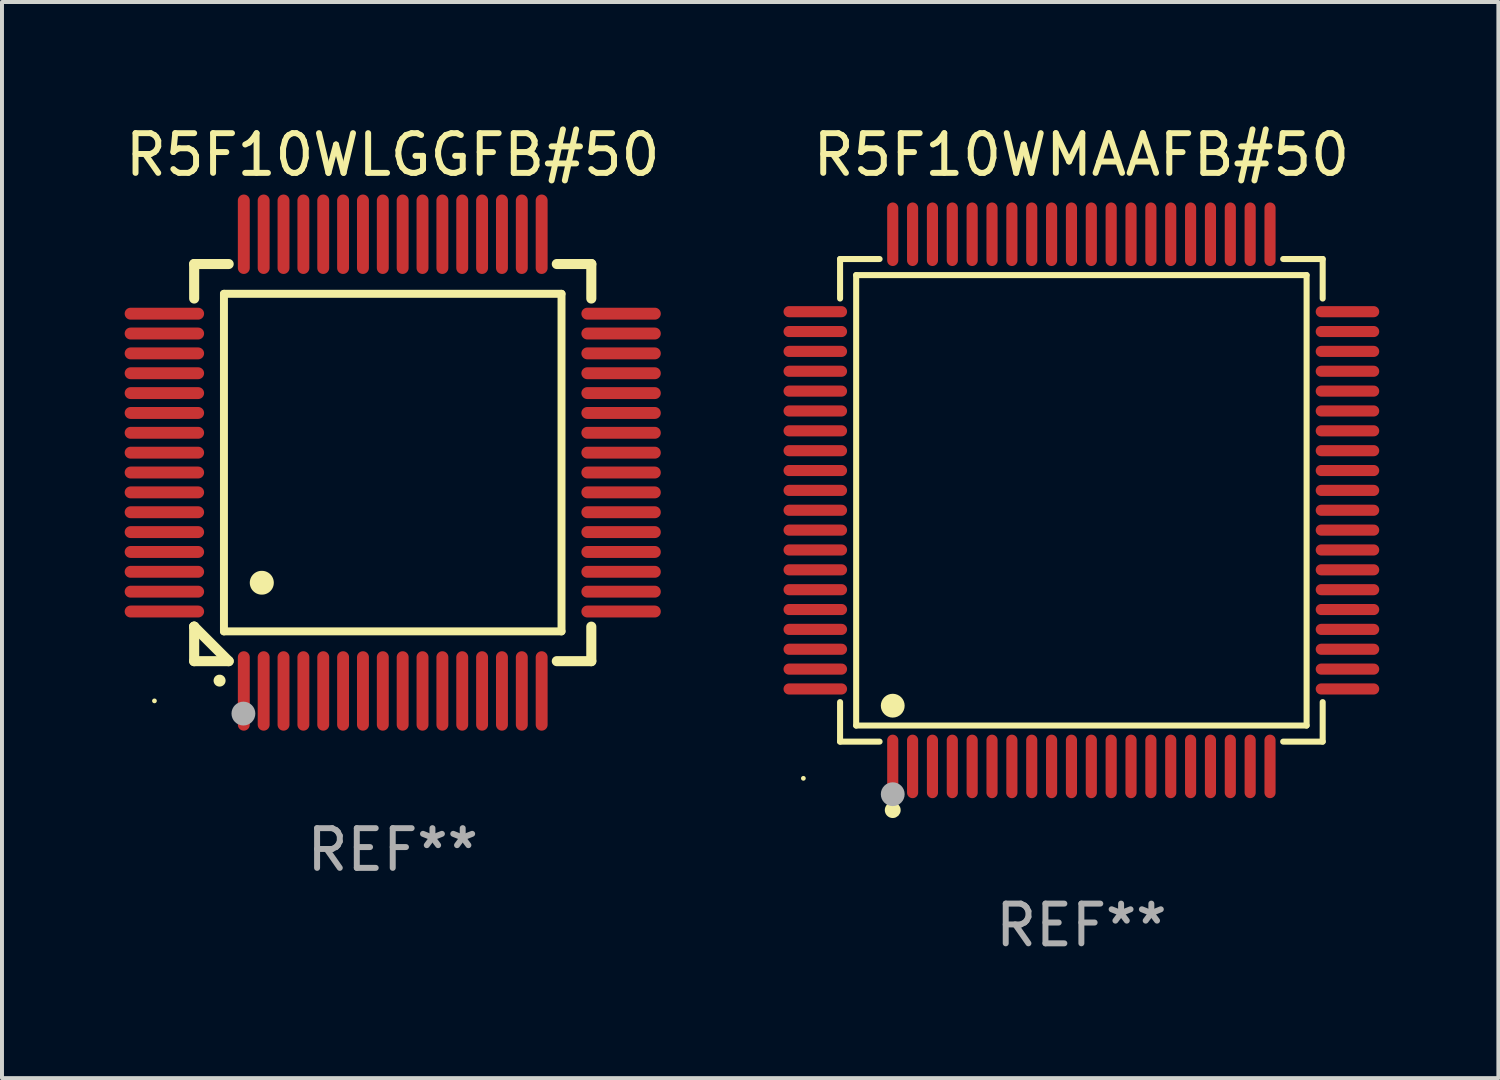
<source format=kicad_pcb>
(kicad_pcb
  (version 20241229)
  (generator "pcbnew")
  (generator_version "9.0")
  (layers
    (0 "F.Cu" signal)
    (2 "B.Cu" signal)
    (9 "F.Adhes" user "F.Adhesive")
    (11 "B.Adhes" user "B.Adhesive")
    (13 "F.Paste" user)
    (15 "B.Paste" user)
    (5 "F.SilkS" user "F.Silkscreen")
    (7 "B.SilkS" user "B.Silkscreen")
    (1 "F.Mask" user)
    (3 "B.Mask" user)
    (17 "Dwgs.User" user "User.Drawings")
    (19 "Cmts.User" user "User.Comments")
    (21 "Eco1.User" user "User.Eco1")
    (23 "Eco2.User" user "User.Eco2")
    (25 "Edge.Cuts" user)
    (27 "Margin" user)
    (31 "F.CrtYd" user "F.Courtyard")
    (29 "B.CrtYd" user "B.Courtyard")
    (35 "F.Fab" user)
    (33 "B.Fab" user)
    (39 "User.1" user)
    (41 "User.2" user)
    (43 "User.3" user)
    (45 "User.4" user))
  (footprint "R5F10WLGGFB#50"
    (layer "F.Cu")
    (at 6.839 8.598)
    (property "Reference" "R5F10WLGGFB#50" (at 0 -7.75 0) (layer "F.SilkS") (effects (font (size 1 1) (thickness 0.15))))
    (attr through_hole)
    (fp_line (start -5 -5) (end -4.131 -5) (stroke (width 0.254) (type solid)) (layer "F.SilkS"))
    (fp_line (start -5 -4.131) (end -5 -5) (stroke (width 0.254) (type solid)) (layer "F.SilkS"))
    (fp_line (start -5 4.131) (end -5 4.131) (stroke (width 0.254) (type solid)) (layer "F.SilkS"))
    (fp_line (start -5 5) (end -5 4.131) (stroke (width 0.254) (type solid)) (layer "F.SilkS"))
    (fp_line (start -5 4.131) (end -4.131 5) (stroke (width 0.254) (type solid)) (layer "F.SilkS"))
    (fp_line (start -4.25 -4.25) (end -4.25 4.25) (stroke (width 0.2) (type solid)) (layer "F.SilkS"))
    (fp_line (start -4.25 4.25) (end 4.25 4.25) (stroke (width 0.2) (type solid)) (layer "F.SilkS"))
    (fp_line (start -4.131 5) (end -5 5) (stroke (width 0.254) (type solid)) (layer "F.SilkS"))
    (fp_line (start 4.25 -4.25) (end -4.25 -4.25) (stroke (width 0.2) (type solid)) (layer "F.SilkS"))
    (fp_line (start 4.25 4.25) (end 4.25 -4.25) (stroke (width 0.2) (type solid)) (layer "F.SilkS"))
    (fp_line (start 5 -5) (end 4.131 -5) (stroke (width 0.254) (type solid)) (layer "F.SilkS"))
    (fp_line (start 5 -5) (end 5 -4.131) (stroke (width 0.254) (type solid)) (layer "F.SilkS"))
    (fp_line (start 5 4.131) (end 5 5) (stroke (width 0.254) (type solid)) (layer "F.SilkS"))
    (fp_line (start 5 5) (end 4.131 5) (stroke (width 0.254) (type solid)) (layer "F.SilkS"))
    (fp_arc (start -4.361265 5.489992) (mid -4.359995 5.489987) (end -4.358725 5.489992) (stroke (width 0.3) (type solid)) (layer "F.SilkS"))
    (fp_arc (start -3.299467 3.025146) (mid -3.296927 3.025135) (end -3.294387 3.025146) (stroke (width 0.6) (type solid)) (layer "F.SilkS"))
    (fp_circle (center -6 6) (end -5.97 6) (stroke (width 0.06) (type solid)) (fill no) (layer "F.SilkS"))
    (fp_circle (center -3.76 6.32) (end -3.61 6.32) (stroke (width 0.3) (type solid)) (fill no) (layer "F.Fab"))
    (fp_text user "REF**" (at 0 9.75 0) (layer "F.Fab") (effects (font (size 1 1) (thickness 0.15))))
    (pad "1" smd oval (at -3.75 5.75) (size 0.3 2) (layers "F.Cu" "F.Mask" "F.Paste"))
    (pad "2" smd oval (at -3.25 5.75) (size 0.3 2) (layers "F.Cu" "F.Mask" "F.Paste"))
    (pad "3" smd oval (at -2.75 5.75) (size 0.3 2) (layers "F.Cu" "F.Mask" "F.Paste"))
    (pad "4" smd oval (at -2.25 5.75) (size 0.3 2) (layers "F.Cu" "F.Mask" "F.Paste"))
    (pad "5" smd oval (at -1.75 5.75) (size 0.3 2) (layers "F.Cu" "F.Mask" "F.Paste"))
    (pad "6" smd oval (at -1.25 5.75) (size 0.3 2) (layers "F.Cu" "F.Mask" "F.Paste"))
    (pad "7" smd oval (at -0.75 5.75) (size 0.3 2) (layers "F.Cu" "F.Mask" "F.Paste"))
    (pad "8" smd oval (at -0.25 5.75) (size 0.3 2) (layers "F.Cu" "F.Mask" "F.Paste"))
    (pad "9" smd oval (at 0.25 5.75) (size 0.3 2) (layers "F.Cu" "F.Mask" "F.Paste"))
    (pad "10" smd oval (at 0.75 5.75) (size 0.3 2) (layers "F.Cu" "F.Mask" "F.Paste"))
    (pad "11" smd oval (at 1.25 5.75) (size 0.3 2) (layers "F.Cu" "F.Mask" "F.Paste"))
    (pad "12" smd oval (at 1.75 5.75) (size 0.3 2) (layers "F.Cu" "F.Mask" "F.Paste"))
    (pad "13" smd oval (at 2.25 5.75) (size 0.3 2) (layers "F.Cu" "F.Mask" "F.Paste"))
    (pad "14" smd oval (at 2.75 5.75) (size 0.3 2) (layers "F.Cu" "F.Mask" "F.Paste"))
    (pad "15" smd oval (at 3.25 5.75) (size 0.3 2) (layers "F.Cu" "F.Mask" "F.Paste"))
    (pad "16" smd oval (at 3.75 5.75) (size 0.3 2) (layers "F.Cu" "F.Mask" "F.Paste"))
    (pad "17" smd oval (at 5.75 3.75) (size 2 0.3) (layers "F.Cu" "F.Mask" "F.Paste"))
    (pad "18" smd oval (at 5.75 3.25) (size 2 0.3) (layers "F.Cu" "F.Mask" "F.Paste"))
    (pad "19" smd oval (at 5.75 2.75) (size 2 0.3) (layers "F.Cu" "F.Mask" "F.Paste"))
    (pad "20" smd oval (at 5.75 2.25) (size 2 0.3) (layers "F.Cu" "F.Mask" "F.Paste"))
    (pad "21" smd oval (at 5.75 1.75) (size 2 0.3) (layers "F.Cu" "F.Mask" "F.Paste"))
    (pad "22" smd oval (at 5.75 1.25) (size 2 0.3) (layers "F.Cu" "F.Mask" "F.Paste"))
    (pad "23" smd oval (at 5.75 0.75) (size 2 0.3) (layers "F.Cu" "F.Mask" "F.Paste"))
    (pad "24" smd oval (at 5.75 0.25) (size 2 0.3) (layers "F.Cu" "F.Mask" "F.Paste"))
    (pad "25" smd oval (at 5.75 -0.25) (size 2 0.3) (layers "F.Cu" "F.Mask" "F.Paste"))
    (pad "26" smd oval (at 5.75 -0.75) (size 2 0.3) (layers "F.Cu" "F.Mask" "F.Paste"))
    (pad "27" smd oval (at 5.75 -1.25) (size 2 0.3) (layers "F.Cu" "F.Mask" "F.Paste"))
    (pad "28" smd oval (at 5.75 -1.75) (size 2 0.3) (layers "F.Cu" "F.Mask" "F.Paste"))
    (pad "29" smd oval (at 5.75 -2.25) (size 2 0.3) (layers "F.Cu" "F.Mask" "F.Paste"))
    (pad "30" smd oval (at 5.75 -2.75) (size 2 0.3) (layers "F.Cu" "F.Mask" "F.Paste"))
    (pad "31" smd oval (at 5.75 -3.25) (size 2 0.3) (layers "F.Cu" "F.Mask" "F.Paste"))
    (pad "32" smd oval (at 5.75 -3.75) (size 2 0.3) (layers "F.Cu" "F.Mask" "F.Paste"))
    (pad "33" smd oval (at 3.75 -5.75) (size 0.3 2) (layers "F.Cu" "F.Mask" "F.Paste"))
    (pad "34" smd oval (at 3.25 -5.75) (size 0.3 2) (layers "F.Cu" "F.Mask" "F.Paste"))
    (pad "35" smd oval (at 2.75 -5.75) (size 0.3 2) (layers "F.Cu" "F.Mask" "F.Paste"))
    (pad "36" smd oval (at 2.25 -5.75) (size 0.3 2) (layers "F.Cu" "F.Mask" "F.Paste"))
    (pad "37" smd oval (at 1.75 -5.75) (size 0.3 2) (layers "F.Cu" "F.Mask" "F.Paste"))
    (pad "38" smd oval (at 1.25 -5.75) (size 0.3 2) (layers "F.Cu" "F.Mask" "F.Paste"))
    (pad "39" smd oval (at 0.75 -5.75) (size 0.3 2) (layers "F.Cu" "F.Mask" "F.Paste"))
    (pad "40" smd oval (at 0.25 -5.75) (size 0.3 2) (layers "F.Cu" "F.Mask" "F.Paste"))
    (pad "41" smd oval (at -0.25 -5.75) (size 0.3 2) (layers "F.Cu" "F.Mask" "F.Paste"))
    (pad "42" smd oval (at -0.75 -5.75) (size 0.3 2) (layers "F.Cu" "F.Mask" "F.Paste"))
    (pad "43" smd oval (at -1.25 -5.75) (size 0.3 2) (layers "F.Cu" "F.Mask" "F.Paste"))
    (pad "44" smd oval (at -1.75 -5.75) (size 0.3 2) (layers "F.Cu" "F.Mask" "F.Paste"))
    (pad "45" smd oval (at -2.25 -5.75) (size 0.3 2) (layers "F.Cu" "F.Mask" "F.Paste"))
    (pad "46" smd oval (at -2.75 -5.75) (size 0.3 2) (layers "F.Cu" "F.Mask" "F.Paste"))
    (pad "47" smd oval (at -3.25 -5.75) (size 0.3 2) (layers "F.Cu" "F.Mask" "F.Paste"))
    (pad "48" smd oval (at -3.75 -5.75) (size 0.3 2) (layers "F.Cu" "F.Mask" "F.Paste"))
    (pad "49" smd oval (at -5.75 -3.75) (size 2 0.3) (layers "F.Cu" "F.Mask" "F.Paste"))
    (pad "50" smd oval (at -5.75 -3.25) (size 2 0.3) (layers "F.Cu" "F.Mask" "F.Paste"))
    (pad "51" smd oval (at -5.75 -2.75) (size 2 0.3) (layers "F.Cu" "F.Mask" "F.Paste"))
    (pad "52" smd oval (at -5.75 -2.25) (size 2 0.3) (layers "F.Cu" "F.Mask" "F.Paste"))
    (pad "53" smd oval (at -5.75 -1.75) (size 2 0.3) (layers "F.Cu" "F.Mask" "F.Paste"))
    (pad "54" smd oval (at -5.75 -1.25) (size 2 0.3) (layers "F.Cu" "F.Mask" "F.Paste"))
    (pad "55" smd oval (at -5.75 -0.75) (size 2 0.3) (layers "F.Cu" "F.Mask" "F.Paste"))
    (pad "56" smd oval (at -5.75 -0.25) (size 2 0.3) (layers "F.Cu" "F.Mask" "F.Paste"))
    (pad "57" smd oval (at -5.75 0.25) (size 2 0.3) (layers "F.Cu" "F.Mask" "F.Paste"))
    (pad "58" smd oval (at -5.75 0.75) (size 2 0.3) (layers "F.Cu" "F.Mask" "F.Paste"))
    (pad "59" smd oval (at -5.75 1.25) (size 2 0.3) (layers "F.Cu" "F.Mask" "F.Paste"))
    (pad "60" smd oval (at -5.75 1.75) (size 2 0.3) (layers "F.Cu" "F.Mask" "F.Paste"))
    (pad "61" smd oval (at -5.75 2.25) (size 2 0.3) (layers "F.Cu" "F.Mask" "F.Paste"))
    (pad "62" smd oval (at -5.75 2.75) (size 2 0.3) (layers "F.Cu" "F.Mask" "F.Paste"))
    (pad "63" smd oval (at -5.75 3.25) (size 2 0.3) (layers "F.Cu" "F.Mask" "F.Paste"))
    (pad "64" smd oval (at -5.75 3.75) (size 2 0.3) (layers "F.Cu" "F.Mask" "F.Paste")))
  (footprint "R5F10WMAAFB#50"
    (layer "F.Cu")
    (at 24.179 9.548)
    (property "Reference" "R5F10WMAAFB#50" (at 0 -8.7 0) (layer "F.SilkS") (effects (font (size 1 1) (thickness 0.15))))
    (attr through_hole)
    (fp_line (start -6.076 -6.076) (end -5.081 -6.076) (stroke (width 0.152) (type solid)) (layer "F.SilkS"))
    (fp_line (start -6.076 -5.081) (end -6.076 -6.076) (stroke (width 0.152) (type solid)) (layer "F.SilkS"))
    (fp_line (start -6.076 5.081) (end -6.076 6.076) (stroke (width 0.152) (type solid)) (layer "F.SilkS"))
    (fp_line (start -6.076 6.076) (end -5.081 6.076) (stroke (width 0.152) (type solid)) (layer "F.SilkS"))
    (fp_line (start -5.671 -5.671) (end 5.671 -5.671) (stroke (width 0.152) (type solid)) (layer "F.SilkS"))
    (fp_line (start -5.671 5.671) (end -5.671 -5.671) (stroke (width 0.152) (type solid)) (layer "F.SilkS"))
    (fp_line (start 5.671 -5.671) (end 5.671 5.671) (stroke (width 0.152) (type solid)) (layer "F.SilkS"))
    (fp_line (start 5.671 5.671) (end -5.671 5.671) (stroke (width 0.152) (type solid)) (layer "F.SilkS"))
    (fp_line (start 6.076 -6.076) (end 5.081 -6.076) (stroke (width 0.152) (type solid)) (layer "F.SilkS"))
    (fp_line (start 6.076 -5.081) (end 6.076 -6.076) (stroke (width 0.152) (type solid)) (layer "F.SilkS"))
    (fp_line (start 6.076 5.081) (end 6.076 6.076) (stroke (width 0.152) (type solid)) (layer "F.SilkS"))
    (fp_line (start 6.076 6.076) (end 5.081 6.076) (stroke (width 0.152) (type solid)) (layer "F.SilkS"))
    (fp_circle (center -7 7) (end -6.97 7) (stroke (width 0.06) (type solid)) (fill no) (layer "F.SilkS"))
    (fp_circle (center -4.75 5.171) (end -4.6 5.171) (stroke (width 0.3) (type solid)) (fill no) (layer "F.SilkS"))
    (fp_circle (center -4.75 7.8) (end -4.65 7.8) (stroke (width 0.2) (type solid)) (fill no) (layer "F.SilkS"))
    (fp_circle (center -4.75 7.4) (end -4.6 7.4) (stroke (width 0.3) (type solid)) (fill no) (layer "F.Fab"))
    (fp_text user "REF**" (at 0 10.7 0) (layer "F.Fab") (effects (font (size 1 1) (thickness 0.15))))
    (pad "1" smd oval (at -4.75 6.7) (size 0.28 1.6) (layers "F.Cu" "F.Mask" "F.Paste"))
    (pad "2" smd oval (at -4.25 6.7) (size 0.28 1.6) (layers "F.Cu" "F.Mask" "F.Paste"))
    (pad "3" smd oval (at -3.75 6.7) (size 0.28 1.6) (layers "F.Cu" "F.Mask" "F.Paste"))
    (pad "4" smd oval (at -3.25 6.7) (size 0.28 1.6) (layers "F.Cu" "F.Mask" "F.Paste"))
    (pad "5" smd oval (at -2.75 6.7) (size 0.28 1.6) (layers "F.Cu" "F.Mask" "F.Paste"))
    (pad "6" smd oval (at -2.25 6.7) (size 0.28 1.6) (layers "F.Cu" "F.Mask" "F.Paste"))
    (pad "7" smd oval (at -1.75 6.7) (size 0.28 1.6) (layers "F.Cu" "F.Mask" "F.Paste"))
    (pad "8" smd oval (at -1.25 6.7) (size 0.28 1.6) (layers "F.Cu" "F.Mask" "F.Paste"))
    (pad "9" smd oval (at -0.75 6.7) (size 0.28 1.6) (layers "F.Cu" "F.Mask" "F.Paste"))
    (pad "10" smd oval (at -0.25 6.7) (size 0.28 1.6) (layers "F.Cu" "F.Mask" "F.Paste"))
    (pad "11" smd oval (at 0.25 6.7) (size 0.28 1.6) (layers "F.Cu" "F.Mask" "F.Paste"))
    (pad "12" smd oval (at 0.75 6.7) (size 0.28 1.6) (layers "F.Cu" "F.Mask" "F.Paste"))
    (pad "13" smd oval (at 1.25 6.7) (size 0.28 1.6) (layers "F.Cu" "F.Mask" "F.Paste"))
    (pad "14" smd oval (at 1.75 6.7) (size 0.28 1.6) (layers "F.Cu" "F.Mask" "F.Paste"))
    (pad "15" smd oval (at 2.25 6.7) (size 0.28 1.6) (layers "F.Cu" "F.Mask" "F.Paste"))
    (pad "16" smd oval (at 2.75 6.7) (size 0.28 1.6) (layers "F.Cu" "F.Mask" "F.Paste"))
    (pad "17" smd oval (at 3.25 6.7) (size 0.28 1.6) (layers "F.Cu" "F.Mask" "F.Paste"))
    (pad "18" smd oval (at 3.75 6.7) (size 0.28 1.6) (layers "F.Cu" "F.Mask" "F.Paste"))
    (pad "19" smd oval (at 4.25 6.7) (size 0.28 1.6) (layers "F.Cu" "F.Mask" "F.Paste"))
    (pad "20" smd oval (at 4.75 6.7) (size 0.28 1.6) (layers "F.Cu" "F.Mask" "F.Paste"))
    (pad "21" smd oval (at 6.7 4.75) (size 1.6 0.28) (layers "F.Cu" "F.Mask" "F.Paste"))
    (pad "22" smd oval (at 6.7 4.25) (size 1.6 0.28) (layers "F.Cu" "F.Mask" "F.Paste"))
    (pad "23" smd oval (at 6.7 3.75) (size 1.6 0.28) (layers "F.Cu" "F.Mask" "F.Paste"))
    (pad "24" smd oval (at 6.7 3.25) (size 1.6 0.28) (layers "F.Cu" "F.Mask" "F.Paste"))
    (pad "25" smd oval (at 6.7 2.75) (size 1.6 0.28) (layers "F.Cu" "F.Mask" "F.Paste"))
    (pad "26" smd oval (at 6.7 2.25) (size 1.6 0.28) (layers "F.Cu" "F.Mask" "F.Paste"))
    (pad "27" smd oval (at 6.7 1.75) (size 1.6 0.28) (layers "F.Cu" "F.Mask" "F.Paste"))
    (pad "28" smd oval (at 6.7 1.25) (size 1.6 0.28) (layers "F.Cu" "F.Mask" "F.Paste"))
    (pad "29" smd oval (at 6.7 0.75) (size 1.6 0.28) (layers "F.Cu" "F.Mask" "F.Paste"))
    (pad "30" smd oval (at 6.7 0.25) (size 1.6 0.28) (layers "F.Cu" "F.Mask" "F.Paste"))
    (pad "31" smd oval (at 6.7 -0.25) (size 1.6 0.28) (layers "F.Cu" "F.Mask" "F.Paste"))
    (pad "32" smd oval (at 6.7 -0.75) (size 1.6 0.28) (layers "F.Cu" "F.Mask" "F.Paste"))
    (pad "33" smd oval (at 6.7 -1.25) (size 1.6 0.28) (layers "F.Cu" "F.Mask" "F.Paste"))
    (pad "34" smd oval (at 6.7 -1.75) (size 1.6 0.28) (layers "F.Cu" "F.Mask" "F.Paste"))
    (pad "35" smd oval (at 6.7 -2.25) (size 1.6 0.28) (layers "F.Cu" "F.Mask" "F.Paste"))
    (pad "36" smd oval (at 6.7 -2.75) (size 1.6 0.28) (layers "F.Cu" "F.Mask" "F.Paste"))
    (pad "37" smd oval (at 6.7 -3.25) (size 1.6 0.28) (layers "F.Cu" "F.Mask" "F.Paste"))
    (pad "38" smd oval (at 6.7 -3.75) (size 1.6 0.28) (layers "F.Cu" "F.Mask" "F.Paste"))
    (pad "39" smd oval (at 6.7 -4.25) (size 1.6 0.28) (layers "F.Cu" "F.Mask" "F.Paste"))
    (pad "40" smd oval (at 6.7 -4.75) (size 1.6 0.28) (layers "F.Cu" "F.Mask" "F.Paste"))
    (pad "41" smd oval (at 4.75 -6.7) (size 0.28 1.6) (layers "F.Cu" "F.Mask" "F.Paste"))
    (pad "42" smd oval (at 4.25 -6.7) (size 0.28 1.6) (layers "F.Cu" "F.Mask" "F.Paste"))
    (pad "43" smd oval (at 3.75 -6.7) (size 0.28 1.6) (layers "F.Cu" "F.Mask" "F.Paste"))
    (pad "44" smd oval (at 3.25 -6.7) (size 0.28 1.6) (layers "F.Cu" "F.Mask" "F.Paste"))
    (pad "45" smd oval (at 2.75 -6.7) (size 0.28 1.6) (layers "F.Cu" "F.Mask" "F.Paste"))
    (pad "46" smd oval (at 2.25 -6.7) (size 0.28 1.6) (layers "F.Cu" "F.Mask" "F.Paste"))
    (pad "47" smd oval (at 1.75 -6.7) (size 0.28 1.6) (layers "F.Cu" "F.Mask" "F.Paste"))
    (pad "48" smd oval (at 1.25 -6.7) (size 0.28 1.6) (layers "F.Cu" "F.Mask" "F.Paste"))
    (pad "49" smd oval (at 0.75 -6.7) (size 0.28 1.6) (layers "F.Cu" "F.Mask" "F.Paste"))
    (pad "50" smd oval (at 0.25 -6.7) (size 0.28 1.6) (layers "F.Cu" "F.Mask" "F.Paste"))
    (pad "51" smd oval (at -0.25 -6.7) (size 0.28 1.6) (layers "F.Cu" "F.Mask" "F.Paste"))
    (pad "52" smd oval (at -0.75 -6.7) (size 0.28 1.6) (layers "F.Cu" "F.Mask" "F.Paste"))
    (pad "53" smd oval (at -1.25 -6.7) (size 0.28 1.6) (layers "F.Cu" "F.Mask" "F.Paste"))
    (pad "54" smd oval (at -1.75 -6.7) (size 0.28 1.6) (layers "F.Cu" "F.Mask" "F.Paste"))
    (pad "55" smd oval (at -2.25 -6.7) (size 0.28 1.6) (layers "F.Cu" "F.Mask" "F.Paste"))
    (pad "56" smd oval (at -2.75 -6.7) (size 0.28 1.6) (layers "F.Cu" "F.Mask" "F.Paste"))
    (pad "57" smd oval (at -3.25 -6.7) (size 0.28 1.6) (layers "F.Cu" "F.Mask" "F.Paste"))
    (pad "58" smd oval (at -3.75 -6.7) (size 0.28 1.6) (layers "F.Cu" "F.Mask" "F.Paste"))
    (pad "59" smd oval (at -4.25 -6.7) (size 0.28 1.6) (layers "F.Cu" "F.Mask" "F.Paste"))
    (pad "60" smd oval (at -4.75 -6.7) (size 0.28 1.6) (layers "F.Cu" "F.Mask" "F.Paste"))
    (pad "61" smd oval (at -6.7 -4.75) (size 1.6 0.28) (layers "F.Cu" "F.Mask" "F.Paste"))
    (pad "62" smd oval (at -6.7 -4.25) (size 1.6 0.28) (layers "F.Cu" "F.Mask" "F.Paste"))
    (pad "63" smd oval (at -6.7 -3.75) (size 1.6 0.28) (layers "F.Cu" "F.Mask" "F.Paste"))
    (pad "64" smd oval (at -6.7 -3.25) (size 1.6 0.28) (layers "F.Cu" "F.Mask" "F.Paste"))
    (pad "65" smd oval (at -6.7 -2.75) (size 1.6 0.28) (layers "F.Cu" "F.Mask" "F.Paste"))
    (pad "66" smd oval (at -6.7 -2.25) (size 1.6 0.28) (layers "F.Cu" "F.Mask" "F.Paste"))
    (pad "67" smd oval (at -6.7 -1.75) (size 1.6 0.28) (layers "F.Cu" "F.Mask" "F.Paste"))
    (pad "68" smd oval (at -6.7 -1.25) (size 1.6 0.28) (layers "F.Cu" "F.Mask" "F.Paste"))
    (pad "69" smd oval (at -6.7 -0.75) (size 1.6 0.28) (layers "F.Cu" "F.Mask" "F.Paste"))
    (pad "70" smd oval (at -6.7 -0.25) (size 1.6 0.28) (layers "F.Cu" "F.Mask" "F.Paste"))
    (pad "71" smd oval (at -6.7 0.25) (size 1.6 0.28) (layers "F.Cu" "F.Mask" "F.Paste"))
    (pad "72" smd oval (at -6.7 0.75) (size 1.6 0.28) (layers "F.Cu" "F.Mask" "F.Paste"))
    (pad "73" smd oval (at -6.7 1.25) (size 1.6 0.28) (layers "F.Cu" "F.Mask" "F.Paste"))
    (pad "74" smd oval (at -6.7 1.75) (size 1.6 0.28) (layers "F.Cu" "F.Mask" "F.Paste"))
    (pad "75" smd oval (at -6.7 2.25) (size 1.6 0.28) (layers "F.Cu" "F.Mask" "F.Paste"))
    (pad "76" smd oval (at -6.7 2.75) (size 1.6 0.28) (layers "F.Cu" "F.Mask" "F.Paste"))
    (pad "77" smd oval (at -6.7 3.25) (size 1.6 0.28) (layers "F.Cu" "F.Mask" "F.Paste"))
    (pad "78" smd oval (at -6.7 3.75) (size 1.6 0.28) (layers "F.Cu" "F.Mask" "F.Paste"))
    (pad "79" smd oval (at -6.7 4.25) (size 1.6 0.28) (layers "F.Cu" "F.Mask" "F.Paste"))
    (pad "80" smd oval (at -6.7 4.75) (size 1.6 0.28) (layers "F.Cu" "F.Mask" "F.Paste")))
  (gr_rect
    (start -3 -3)
    (end 34.679 24.097)
    (stroke (width 0.1) (type default))
    (fill no)
    (layer "Edge.Cuts")))
</source>
